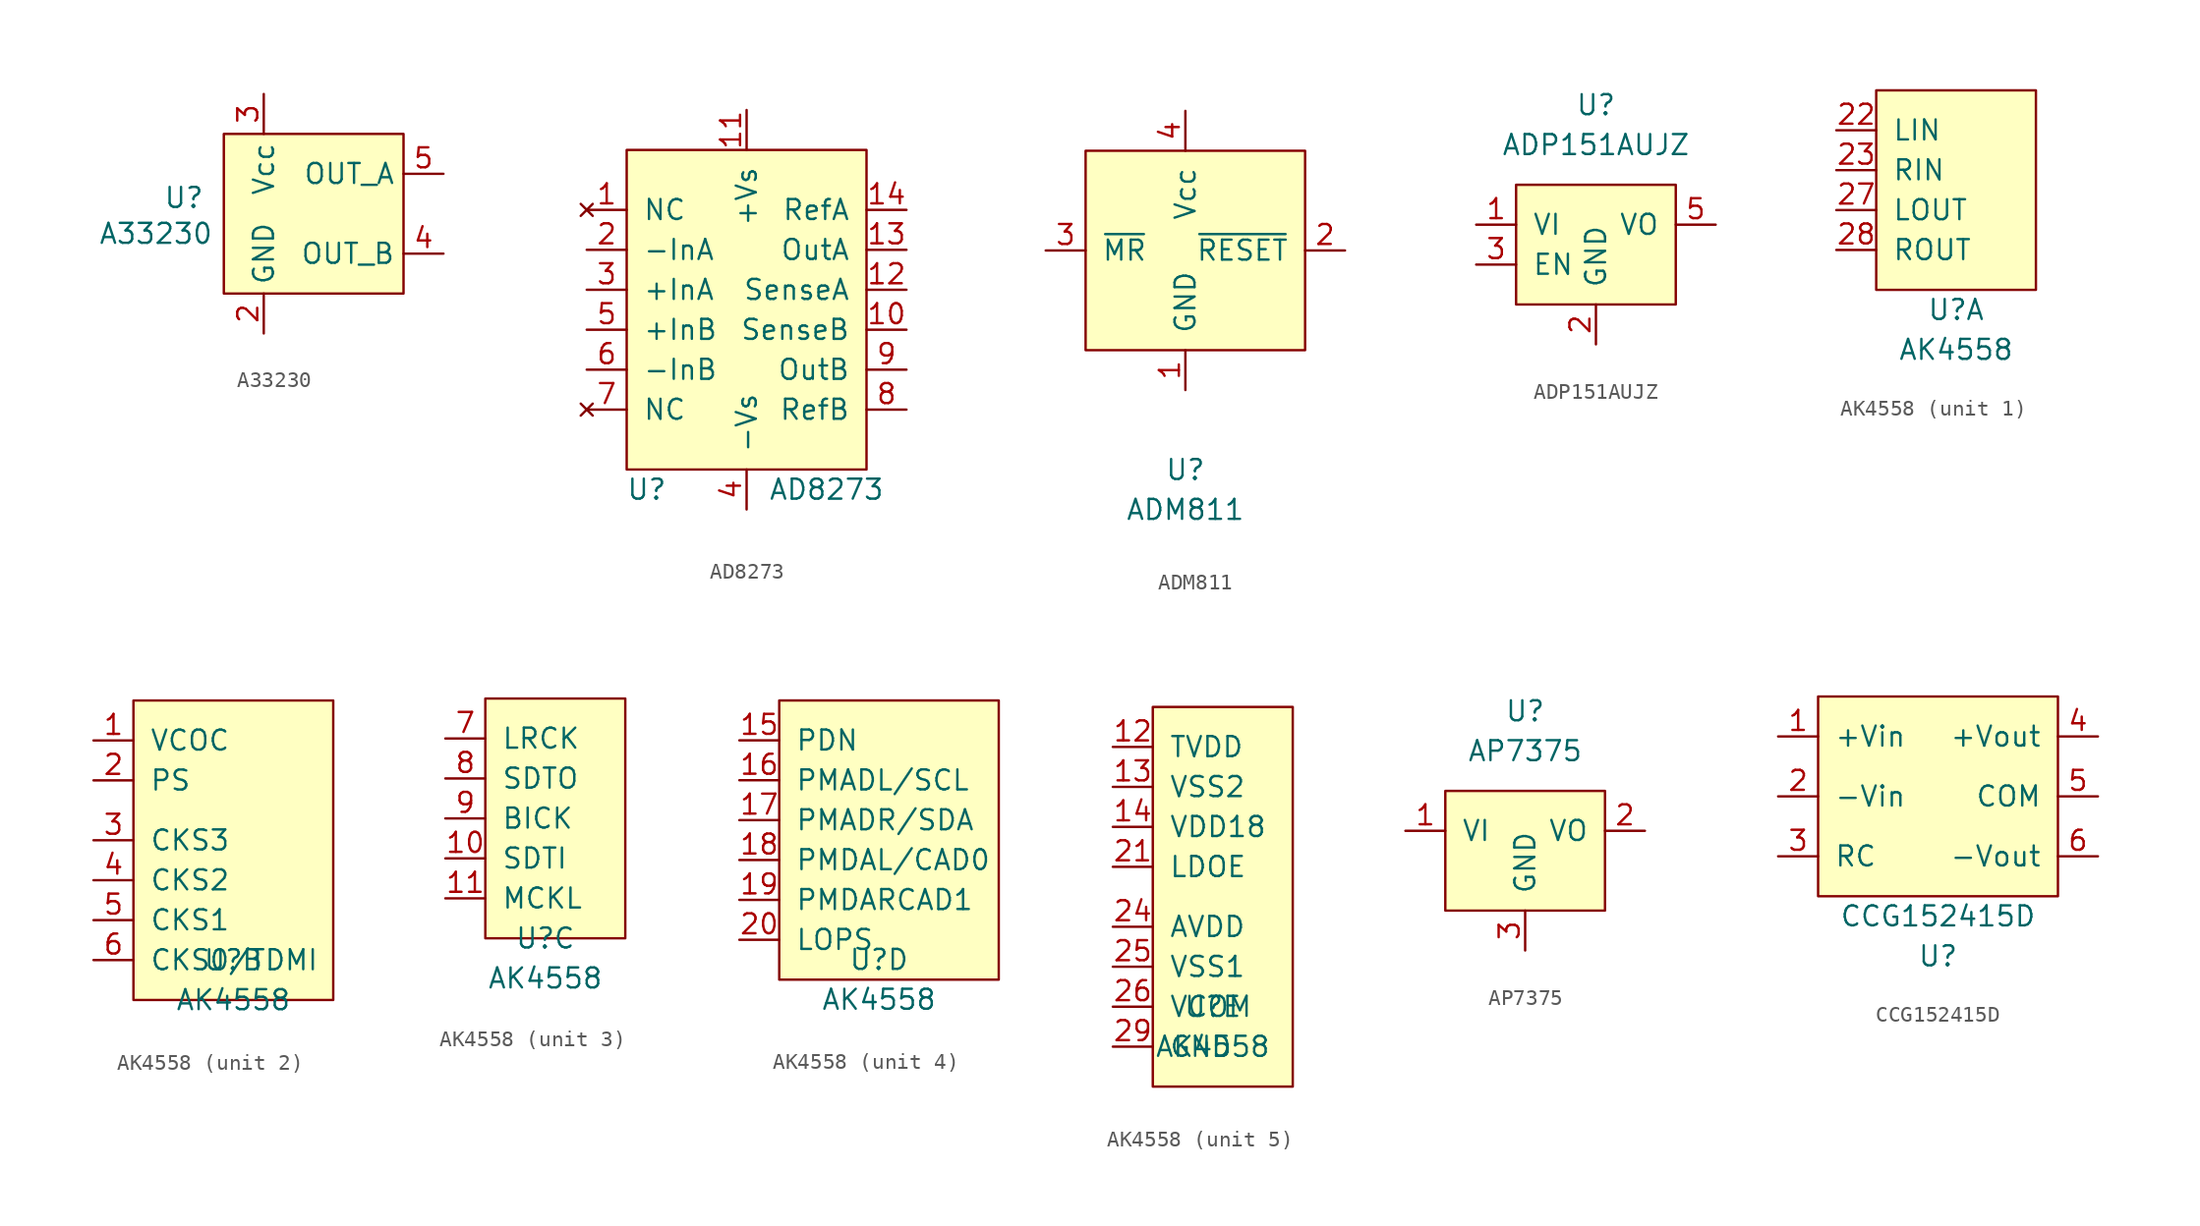
<source format=kicad_sym>
(kicad_symbol_lib
  (version 20231120)
  (generator "kicad_symbol_editor")
  (generator_version "8.0")
  (symbol "A33230"
    (property "Reference" "U"
      (at -7.62 1.016 0)
      (effects (font (size 1.27 1.27))))
    (property "Value" "A33230"
      (at -9.398 -1.27 0)
      (effects (font (size 1.27 1.27))))
    (symbol "A33230_1_1"
      (rectangle (start -5.08 5.08) (end 6.35 -5.08) (stroke (width 0) (type default)) (fill (type background)))
      (pin no_connect line (at -1.27 -7.62 90) (length 2.54) hide (name "NC" (effects (font (size 1.27 1.27)))) (number "1" (effects (font (size 1.27 1.27)))))
      (pin power_in line (at -2.54 -7.62 90) (length 2.54) (name "GND" (effects (font (size 1.27 1.27)))) (number "2" (effects (font (size 1.27 1.27)))))
      (pin power_in line (at -2.54 7.62 270) (length 2.54) (name "Vcc" (effects (font (size 1.27 1.27)))) (number "3" (effects (font (size 1.27 1.27)))))
      (pin output line (at 8.89 -2.54 180) (length 2.54) (name "OUT_B" (effects (font (size 1.27 1.27)))) (number "4" (effects (font (size 1.27 1.27)))))
      (pin output line (at 8.89 2.54 180) (length 2.54) (name "OUT_A" (effects (font (size 1.27 1.27)))) (number "5" (effects (font (size 1.27 1.27)))))))
  (symbol "AD8273"
    (pin_names
      (offset 1.016))
    (property "Reference" "U"
      (at -6.35 -11.43 0)
      (effects (font (size 1.27 1.27))))
    (property "Value" "AD8273"
      (at 5.08 -11.43 0)
      (effects (font (size 1.27 1.27))))
    (symbol "AD8273_0_1"
      (rectangle (start -7.62 10.16) (end 7.62 -10.16) (stroke (width 0) (type default)) (fill (type background))))
    (symbol "AD8273_1_1"
      (pin no_connect line (at -10.16 6.35 0) (length 2.54) (name "NC" (effects (font (size 1.27 1.27)))) (number "1" (effects (font (size 1.27 1.27)))))
      (pin power_in line (at 10.16 -1.27 180) (length 2.54) (name "SenseB" (effects (font (size 1.27 1.27)))) (number "10" (effects (font (size 1.27 1.27)))))
      (pin power_in line (at 0 12.7 270) (length 2.54) (name "+Vs" (effects (font (size 1.27 1.27)))) (number "11" (effects (font (size 1.27 1.27)))))
      (pin power_in line (at 10.16 1.27 180) (length 2.54) (name "SenseA" (effects (font (size 1.27 1.27)))) (number "12" (effects (font (size 1.27 1.27)))))
      (pin output line (at 10.16 3.81 180) (length 2.54) (name "OutA" (effects (font (size 1.27 1.27)))) (number "13" (effects (font (size 1.27 1.27)))))
      (pin output line (at 10.16 6.35 180) (length 2.54) (name "RefA" (effects (font (size 1.27 1.27)))) (number "14" (effects (font (size 1.27 1.27)))))
      (pin input line (at -10.16 3.81 0) (length 2.54) (name "-InA" (effects (font (size 1.27 1.27)))) (number "2" (effects (font (size 1.27 1.27)))))
      (pin input line (at -10.16 1.27 0) (length 2.54) (name "+InA" (effects (font (size 1.27 1.27)))) (number "3" (effects (font (size 1.27 1.27)))))
      (pin power_in line (at 0 -12.7 90) (length 2.54) (name "-Vs" (effects (font (size 1.27 1.27)))) (number "4" (effects (font (size 1.27 1.27)))))
      (pin input line (at -10.16 -1.27 0) (length 2.54) (name "+InB" (effects (font (size 1.27 1.27)))) (number "5" (effects (font (size 1.27 1.27)))))
      (pin input line (at -10.16 -3.81 0) (length 2.54) (name "-InB" (effects (font (size 1.27 1.27)))) (number "6" (effects (font (size 1.27 1.27)))))
      (pin no_connect line (at -10.16 -6.35 0) (length 2.54) (name "NC" (effects (font (size 1.27 1.27)))) (number "7" (effects (font (size 1.27 1.27)))))
      (pin output line (at 10.16 -6.35 180) (length 2.54) (name "RefB" (effects (font (size 1.27 1.27)))) (number "8" (effects (font (size 1.27 1.27)))))
      (pin output line (at 10.16 -3.81 180) (length 2.54) (name "OutB" (effects (font (size 1.27 1.27)))) (number "9" (effects (font (size 1.27 1.27)))))))
  (symbol "ADM811"
    (pin_names
      (offset 1.016))
    (property "Reference" "U"
      (at 0 -13.97 0)
      (effects (font (size 1.27 1.27))))
    (property "Value" "ADM811"
      (at 0 -16.51 0)
      (effects (font (size 1.27 1.27))))
    (symbol "ADM811_0_1"
      (rectangle (start -6.35 6.35) (end 7.62 -6.35) (stroke (width 0) (type default)) (fill (type background))))
    (symbol "ADM811_1_1"
      (pin power_in line (at 0 -8.89 90) (length 2.54) (name "GND" (effects (font (size 1.27 1.27)))) (number "1" (effects (font (size 1.27 1.27)))))
      (pin output line (at 10.16 0 180) (length 2.54) (name "~{RESET}" (effects (font (size 1.27 1.27)))) (number "2" (effects (font (size 1.27 1.27)))))
      (pin input line (at -8.89 0 0) (length 2.54) (name "~{MR}" (effects (font (size 1.27 1.27)))) (number "3" (effects (font (size 1.27 1.27)))))
      (pin power_in line (at 0 8.89 270) (length 2.54) (name "Vcc" (effects (font (size 1.27 1.27)))) (number "4" (effects (font (size 1.27 1.27)))))))
  (symbol "ADP151AUJZ"
    (pin_names
      (offset 1.016))
    (property "Reference" "U"
      (at 0 7.62 0)
      (effects (font (size 1.27 1.27))))
    (property "Value" "ADP151AUJZ"
      (at 0 5.08 0)
      (effects (font (size 1.27 1.27))))
    (symbol "ADP151AUJZ_1_1"
      (rectangle (start -5.08 2.54) (end 5.08 -5.08) (stroke (width 0) (type default)) (fill (type background)))
      (pin power_in line (at -7.62 0 0) (length 2.54) (name "VI" (effects (font (size 1.27 1.27)))) (number "1" (effects (font (size 1.27 1.27)))))
      (pin power_in line (at 0 -7.62 90) (length 2.54) (name "GND" (effects (font (size 1.27 1.27)))) (number "2" (effects (font (size 1.27 1.27)))))
      (pin input line (at -7.62 -2.54 0) (length 2.54) (name "EN" (effects (font (size 1.27 1.27)))) (number "3" (effects (font (size 1.27 1.27)))))
      (pin no_connect line (at 2.54 -7.62 90) (length 2.54) hide (name "NC" (effects (font (size 1.27 1.27)))) (number "4" (effects (font (size 1.27 1.27)))))
      (pin power_out line (at 7.62 0 180) (length 2.54) (name "VO" (effects (font (size 1.27 1.27)))) (number "5" (effects (font (size 1.27 1.27)))))))
  (symbol "AK4558"
    (pin_names
      (offset 1.016))
    (property "Reference" "U"
      (at 0 -7.62 0)
      (effects (font (size 1.27 1.27))))
    (property "Value" "AK4558"
      (at 0 -10.16 0)
      (effects (font (size 1.27 1.27))))
    (property "ki_locked" ""
      (at 0 0 0)
      (effects (font (size 1.27 1.27))))
    (symbol "AK4558_1_1"
      (rectangle (start -5.08 6.35) (end 5.08 -6.35) (stroke (width 0) (type default)) (fill (type background)))
      (pin input line (at -7.62 3.81 0) (length 2.54) (name "LIN" (effects (font (size 1.27 1.27)))) (number "22" (effects (font (size 1.27 1.27)))))
      (pin input line (at -7.62 1.27 0) (length 2.54) (name "RIN" (effects (font (size 1.27 1.27)))) (number "23" (effects (font (size 1.27 1.27)))))
      (pin output line (at -7.62 -1.27 0) (length 2.54) (name "LOUT" (effects (font (size 1.27 1.27)))) (number "27" (effects (font (size 1.27 1.27)))))
      (pin output line (at -7.62 -3.81 0) (length 2.54) (name "ROUT" (effects (font (size 1.27 1.27)))) (number "28" (effects (font (size 1.27 1.27))))))
    (symbol "AK4558_2_1"
      (rectangle (start -6.35 -10.16) (end 6.35 8.89) (stroke (width 0) (type default)) (fill (type background)))
      (pin passive line (at -8.89 6.35 0) (length 2.54) (name "VCOC" (effects (font (size 1.27 1.27)))) (number "1" (effects (font (size 1.27 1.27)))))
      (pin passive line (at -8.89 3.81 0) (length 2.54) (name "PS" (effects (font (size 1.27 1.27)))) (number "2" (effects (font (size 1.27 1.27)))))
      (pin passive line (at -8.89 0 0) (length 2.54) (name "CKS3" (effects (font (size 1.27 1.27)))) (number "3" (effects (font (size 1.27 1.27)))))
      (pin passive line (at -8.89 -2.54 0) (length 2.54) (name "CKS2" (effects (font (size 1.27 1.27)))) (number "4" (effects (font (size 1.27 1.27)))))
      (pin passive line (at -8.89 -5.08 0) (length 2.54) (name "CKS1" (effects (font (size 1.27 1.27)))) (number "5" (effects (font (size 1.27 1.27)))))
      (pin passive line (at -8.89 -7.62 0) (length 2.54) (name "CKS0/TDMI" (effects (font (size 1.27 1.27)))) (number "6" (effects (font (size 1.27 1.27))))))
    (symbol "AK4558_3_1"
      (rectangle (start -3.81 -7.62) (end 5.08 7.62) (stroke (width 0) (type default)) (fill (type background)))
      (pin input line (at -6.35 -2.54 0) (length 2.54) (name "SDTI" (effects (font (size 1.27 1.27)))) (number "10" (effects (font (size 1.27 1.27)))))
      (pin passive line (at -6.35 -5.08 0) (length 2.54) (name "MCKL" (effects (font (size 1.27 1.27)))) (number "11" (effects (font (size 1.27 1.27)))))
      (pin bidirectional line (at -6.35 5.08 0) (length 2.54) (name "LRCK" (effects (font (size 1.27 1.27)))) (number "7" (effects (font (size 1.27 1.27)))))
      (pin output line (at -6.35 2.54 0) (length 2.54) (name "SDTO" (effects (font (size 1.27 1.27)))) (number "8" (effects (font (size 1.27 1.27)))))
      (pin bidirectional line (at -6.35 0 0) (length 2.54) (name "BICK" (effects (font (size 1.27 1.27)))) (number "9" (effects (font (size 1.27 1.27))))))
    (symbol "AK4558_4_1"
      (rectangle (start -6.35 -8.89) (end 7.62 8.89) (stroke (width 0) (type default)) (fill (type background)))
      (pin input line (at -8.89 6.35 0) (length 2.54) (name "PDN" (effects (font (size 1.27 1.27)))) (number "15" (effects (font (size 1.27 1.27)))))
      (pin passive line (at -8.89 3.81 0) (length 2.54) (name "PMADL/SCL" (effects (font (size 1.27 1.27)))) (number "16" (effects (font (size 1.27 1.27)))))
      (pin passive line (at -8.89 1.27 0) (length 2.54) (name "PMADR/SDA" (effects (font (size 1.27 1.27)))) (number "17" (effects (font (size 1.27 1.27)))))
      (pin passive line (at -8.89 -1.27 0) (length 2.54) (name "PMDAL/CAD0" (effects (font (size 1.27 1.27)))) (number "18" (effects (font (size 1.27 1.27)))))
      (pin passive line (at -8.89 -3.81 0) (length 2.54) (name "PMDARCAD1" (effects (font (size 1.27 1.27)))) (number "19" (effects (font (size 1.27 1.27)))))
      (pin passive line (at -8.89 -6.35 0) (length 2.54) (name "LOPS" (effects (font (size 1.27 1.27)))) (number "20" (effects (font (size 1.27 1.27))))))
    (symbol "AK4558_5_1"
      (rectangle (start -3.81 -12.7) (end 5.08 11.43) (stroke (width 0) (type default)) (fill (type background)))
      (pin power_in line (at -6.35 8.89 0) (length 2.54) (name "TVDD" (effects (font (size 1.27 1.27)))) (number "12" (effects (font (size 1.27 1.27)))))
      (pin power_in line (at -6.35 6.35 0) (length 2.54) (name "VSS2" (effects (font (size 1.27 1.27)))) (number "13" (effects (font (size 1.27 1.27)))))
      (pin power_in line (at -6.35 3.81 0) (length 2.54) (name "VDD18" (effects (font (size 1.27 1.27)))) (number "14" (effects (font (size 1.27 1.27)))))
      (pin passive line (at -6.35 1.27 0) (length 2.54) (name "LDOE" (effects (font (size 1.27 1.27)))) (number "21" (effects (font (size 1.27 1.27)))))
      (pin power_in line (at -6.35 -2.54 0) (length 2.54) (name "AVDD" (effects (font (size 1.27 1.27)))) (number "24" (effects (font (size 1.27 1.27)))))
      (pin power_in line (at -6.35 -5.08 0) (length 2.54) (name "VSS1" (effects (font (size 1.27 1.27)))) (number "25" (effects (font (size 1.27 1.27)))))
      (pin passive line (at -6.35 -7.62 0) (length 2.54) (name "VCOM" (effects (font (size 1.27 1.27)))) (number "26" (effects (font (size 1.27 1.27)))))
      (pin power_in line (at -6.35 -10.16 0) (length 2.54) (name "GND" (effects (font (size 1.27 1.27)))) (number "29" (effects (font (size 1.27 1.27)))))))
  (symbol "AP7375"
    (pin_names
      (offset 1.016))
    (property "Reference" "U"
      (at 0 7.62 0)
      (effects (font (size 1.27 1.27))))
    (property "Value" "AP7375"
      (at 0 5.08 0)
      (effects (font (size 1.27 1.27))))
    (symbol "AP7375_1_1"
      (rectangle (start -5.08 2.54) (end 5.08 -5.08) (stroke (width 0) (type default)) (fill (type background)))
      (pin power_in line (at -7.62 0 0) (length 2.54) (name "VI" (effects (font (size 1.27 1.27)))) (number "1" (effects (font (size 1.27 1.27)))))
      (pin power_out line (at 7.62 0 180) (length 2.54) (name "VO" (effects (font (size 1.27 1.27)))) (number "2" (effects (font (size 1.27 1.27)))))
      (pin power_in line (at 0 -7.62 90) (length 2.54) (name "GND" (effects (font (size 1.27 1.27)))) (number "3" (effects (font (size 1.27 1.27)))))))
  (symbol "CCG152415D"
    (pin_names
      (offset 1.016))
    (property "Reference" "U"
      (at 0 -10.16 0)
      (effects (font (size 1.27 1.27))))
    (property "Value" "CCG152415D"
      (at 0 -7.62 0)
      (effects (font (size 1.27 1.27))))
    (symbol "CCG152415D_0_1"
      (rectangle (start -7.62 6.35) (end 7.62 -6.35) (stroke (width 0) (type default)) (fill (type background))))
    (symbol "CCG152415D_1_1"
      (pin power_in line (at -10.16 3.81 0) (length 2.54) (name "+Vin" (effects (font (size 1.27 1.27)))) (number "1" (effects (font (size 1.27 1.27)))))
      (pin power_in line (at -10.16 0 0) (length 2.54) (name "-Vin" (effects (font (size 1.27 1.27)))) (number "2" (effects (font (size 1.27 1.27)))))
      (pin input line (at -10.16 -3.81 0) (length 2.54) (name "RC" (effects (font (size 1.27 1.27)))) (number "3" (effects (font (size 1.27 1.27)))))
      (pin power_out line (at 10.16 3.81 180) (length 2.54) (name "+Vout" (effects (font (size 1.27 1.27)))) (number "4" (effects (font (size 1.27 1.27)))))
      (pin power_in line (at 10.16 0 180) (length 2.54) (name "COM" (effects (font (size 1.27 1.27)))) (number "5" (effects (font (size 1.27 1.27)))))
      (pin power_out line (at 10.16 -3.81 180) (length 2.54) (name "-Vout" (effects (font (size 1.27 1.27)))) (number "6" (effects (font (size 1.27 1.27))))))))
</source>
